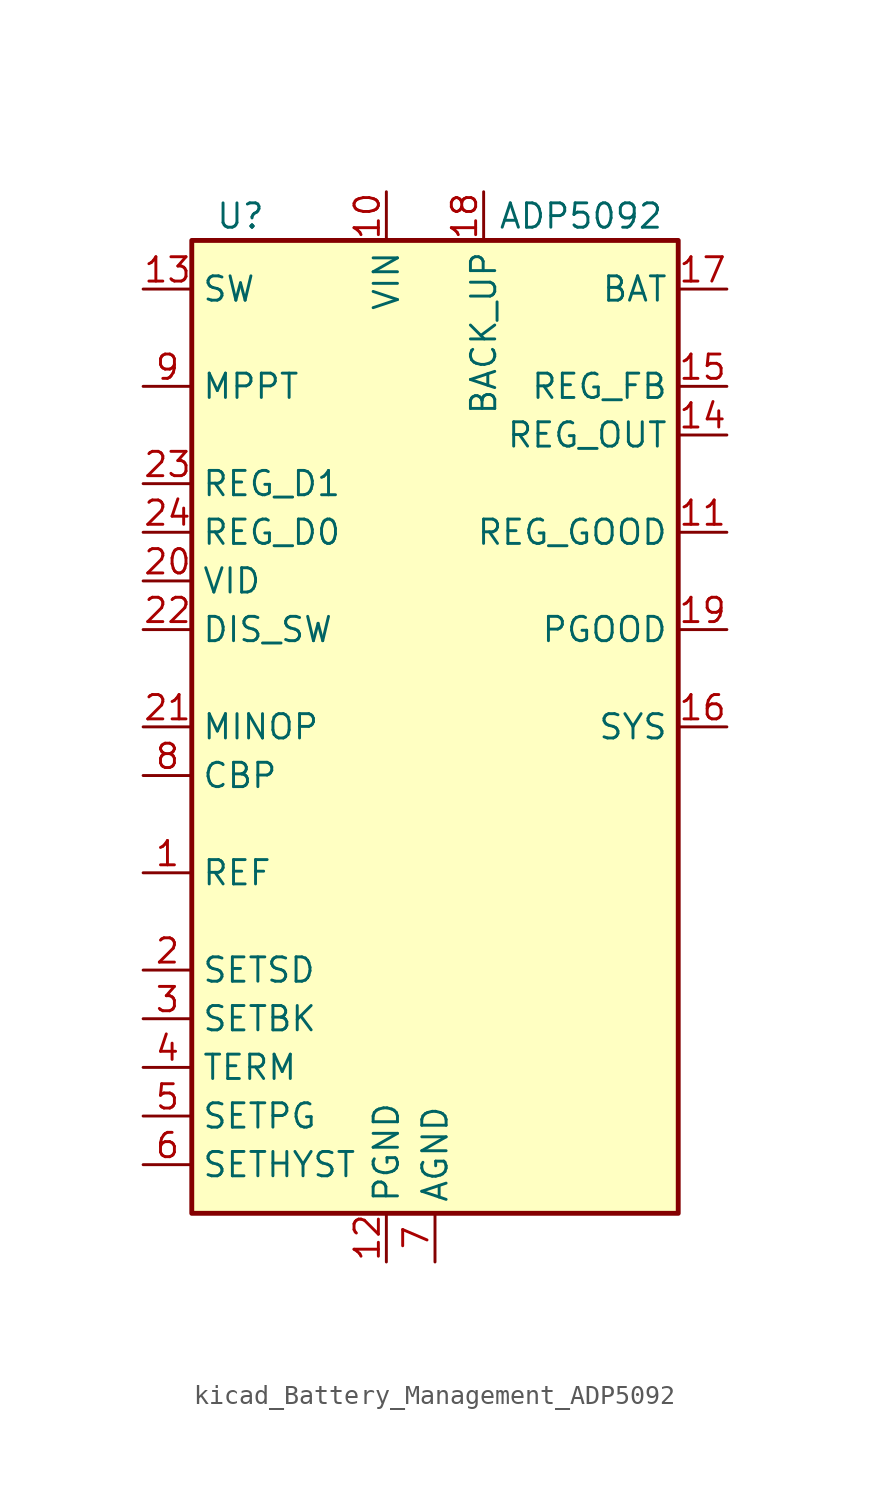
<source format=kicad_sym>
(kicad_symbol_lib
  (version 20220914)
  (generator kicad_symbol_editor)
  (symbol "kicad_Battery_Management_ADP5092"
    (property "Reference" "U"
      (at -10.16 26.67 0)
      (effects (font (size 1.27 1.27))))
    (property "Value" "ADP5092"
      (at 7.62 26.67 0)
      (effects (font (size 1.27 1.27))))
    (symbol "kicad_Battery_Management_ADP5092_0_1"
      (rectangle (start 12.7 25.4) (end -12.7 -25.4) (stroke (width 0.254) (type default)) (fill (type background))))
    (symbol "kicad_Battery_Management_ADP5092_1_1"
      (pin passive line (at -15.24 -7.62 0) (length 2.54) (name "REF" (effects (font (size 1.27 1.27)))) (number "1" (effects (font (size 1.27 1.27)))))
      (pin power_in line (at -2.54 27.94 270) (length 2.54) (name "VIN" (effects (font (size 1.27 1.27)))) (number "10" (effects (font (size 1.27 1.27)))))
      (pin output line (at 15.24 10.16 180) (length 2.54) (name "REG_GOOD" (effects (font (size 1.27 1.27)))) (number "11" (effects (font (size 1.27 1.27)))))
      (pin power_in line (at -2.54 -27.94 90) (length 2.54) (name "PGND" (effects (font (size 1.27 1.27)))) (number "12" (effects (font (size 1.27 1.27)))))
      (pin power_in line (at -15.24 22.86 0) (length 2.54) (name "SW" (effects (font (size 1.27 1.27)))) (number "13" (effects (font (size 1.27 1.27)))))
      (pin power_out line (at 15.24 15.24 180) (length 2.54) (name "REG_OUT" (effects (font (size 1.27 1.27)))) (number "14" (effects (font (size 1.27 1.27)))))
      (pin power_out line (at 15.24 17.78 180) (length 2.54) (name "REG_FB" (effects (font (size 1.27 1.27)))) (number "15" (effects (font (size 1.27 1.27)))))
      (pin power_out line (at 15.24 0 180) (length 2.54) (name "SYS" (effects (font (size 1.27 1.27)))) (number "16" (effects (font (size 1.27 1.27)))))
      (pin power_out line (at 15.24 22.86 180) (length 2.54) (name "BAT" (effects (font (size 1.27 1.27)))) (number "17" (effects (font (size 1.27 1.27)))))
      (pin power_in line (at 2.54 27.94 270) (length 2.54) (name "BACK_UP" (effects (font (size 1.27 1.27)))) (number "18" (effects (font (size 1.27 1.27)))))
      (pin output line (at 15.24 5.08 180) (length 2.54) (name "PGOOD" (effects (font (size 1.27 1.27)))) (number "19" (effects (font (size 1.27 1.27)))))
      (pin passive line (at -15.24 -12.7 0) (length 2.54) (name "SETSD" (effects (font (size 1.27 1.27)))) (number "2" (effects (font (size 1.27 1.27)))))
      (pin input line (at -15.24 7.62 0) (length 2.54) (name "VID" (effects (font (size 1.27 1.27)))) (number "20" (effects (font (size 1.27 1.27)))))
      (pin passive line (at -15.24 0 0) (length 2.54) (name "MINOP" (effects (font (size 1.27 1.27)))) (number "21" (effects (font (size 1.27 1.27)))))
      (pin input line (at -15.24 5.08 0) (length 2.54) (name "DIS_SW" (effects (font (size 1.27 1.27)))) (number "22" (effects (font (size 1.27 1.27)))))
      (pin input line (at -15.24 12.7 0) (length 2.54) (name "REG_D1" (effects (font (size 1.27 1.27)))) (number "23" (effects (font (size 1.27 1.27)))))
      (pin input line (at -15.24 10.16 0) (length 2.54) (name "REG_D0" (effects (font (size 1.27 1.27)))) (number "24" (effects (font (size 1.27 1.27)))))
      (pin passive line (at 0 -27.94 90) (length 2.54) hide (name "AGND" (effects (font (size 1.27 1.27)))) (number "25" (effects (font (size 1.27 1.27)))))
      (pin passive line (at -15.24 -15.24 0) (length 2.54) (name "SETBK" (effects (font (size 1.27 1.27)))) (number "3" (effects (font (size 1.27 1.27)))))
      (pin passive line (at -15.24 -17.78 0) (length 2.54) (name "TERM" (effects (font (size 1.27 1.27)))) (number "4" (effects (font (size 1.27 1.27)))))
      (pin passive line (at -15.24 -20.32 0) (length 2.54) (name "SETPG" (effects (font (size 1.27 1.27)))) (number "5" (effects (font (size 1.27 1.27)))))
      (pin passive line (at -15.24 -22.86 0) (length 2.54) (name "SETHYST" (effects (font (size 1.27 1.27)))) (number "6" (effects (font (size 1.27 1.27)))))
      (pin power_in line (at 0 -27.94 90) (length 2.54) (name "AGND" (effects (font (size 1.27 1.27)))) (number "7" (effects (font (size 1.27 1.27)))))
      (pin passive line (at -15.24 -2.54 0) (length 2.54) (name "CBP" (effects (font (size 1.27 1.27)))) (number "8" (effects (font (size 1.27 1.27)))))
      (pin input line (at -15.24 17.78 0) (length 2.54) (name "MPPT" (effects (font (size 1.27 1.27)))) (number "9" (effects (font (size 1.27 1.27))))))))
</source>
